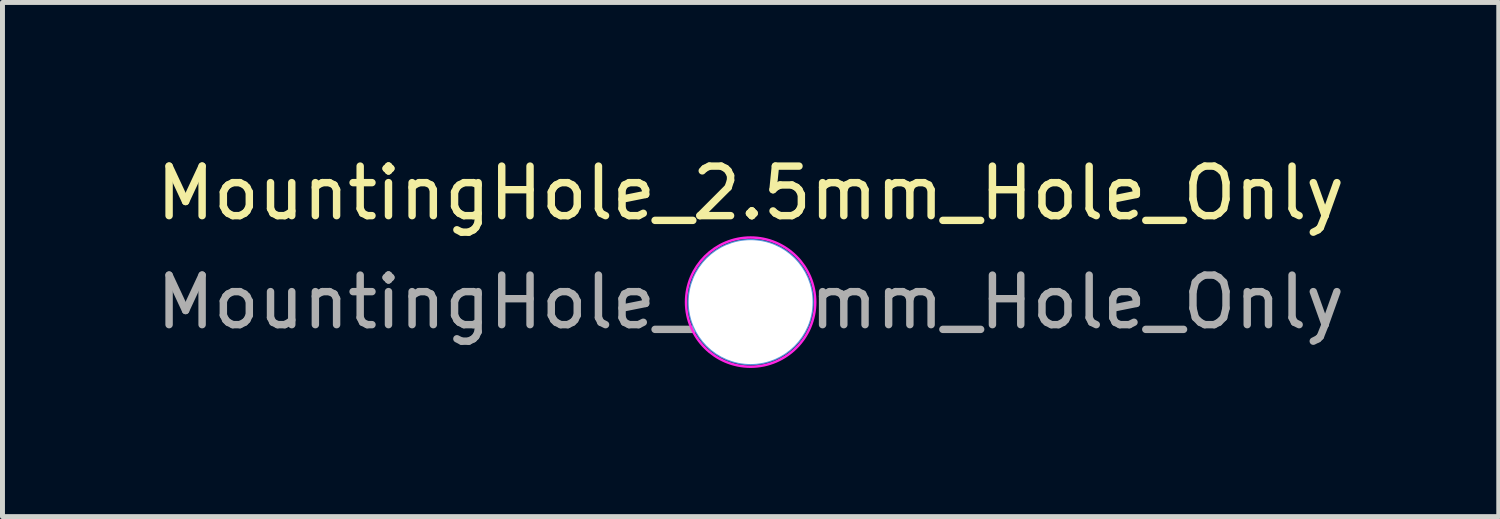
<source format=kicad_pcb>
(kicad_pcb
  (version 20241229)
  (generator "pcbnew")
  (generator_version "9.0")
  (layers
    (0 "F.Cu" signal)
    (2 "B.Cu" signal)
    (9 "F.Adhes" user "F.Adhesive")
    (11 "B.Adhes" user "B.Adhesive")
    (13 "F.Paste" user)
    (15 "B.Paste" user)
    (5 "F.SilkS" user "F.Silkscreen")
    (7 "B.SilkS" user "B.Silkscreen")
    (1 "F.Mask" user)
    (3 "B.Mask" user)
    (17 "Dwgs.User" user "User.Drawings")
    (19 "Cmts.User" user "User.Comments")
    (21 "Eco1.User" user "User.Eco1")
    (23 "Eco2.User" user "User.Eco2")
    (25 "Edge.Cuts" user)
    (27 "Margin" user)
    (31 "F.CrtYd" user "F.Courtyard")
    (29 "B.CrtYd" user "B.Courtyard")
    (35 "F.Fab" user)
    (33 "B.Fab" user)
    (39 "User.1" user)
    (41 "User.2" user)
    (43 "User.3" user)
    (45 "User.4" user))
  (footprint "MountingHole_2.5mm_Hole_Only"
    (layer "F.Cu")
    (at 12.101 3.048)
    (property "Reference" "MountingHole_2.5mm_Hole_Only" (at 0 -2.2 0) (layer "F.SilkS") (effects (font (size 1 1) (thickness 0.15))))
    (attr exclude_from_pos_files exclude_from_bom)
    (fp_circle (center 0 0) (end 1.2 0) (stroke (width 0.15) (type solid)) (fill no) (layer "Cmts.User"))
    (fp_circle (center 0 0) (end 1.3 0.1) (stroke (width 0.05) (type solid)) (fill no) (layer "F.CrtYd"))
    (fp_text user "${REFERENCE}" (at 0 0 0) (layer "F.Fab") (effects (font (size 1 1) (thickness 0.15))))
    (pad "" np_thru_hole circle (at 0 0) (size 2.5 2.5) (drill 2.5) (layers "*.Cu" "*.Mask")))
  (gr_rect
    (start -3 -3)
    (end 27.202 7.377)
    (stroke (width 0.1) (type default))
    (fill no)
    (layer "Edge.Cuts")))
</source>
